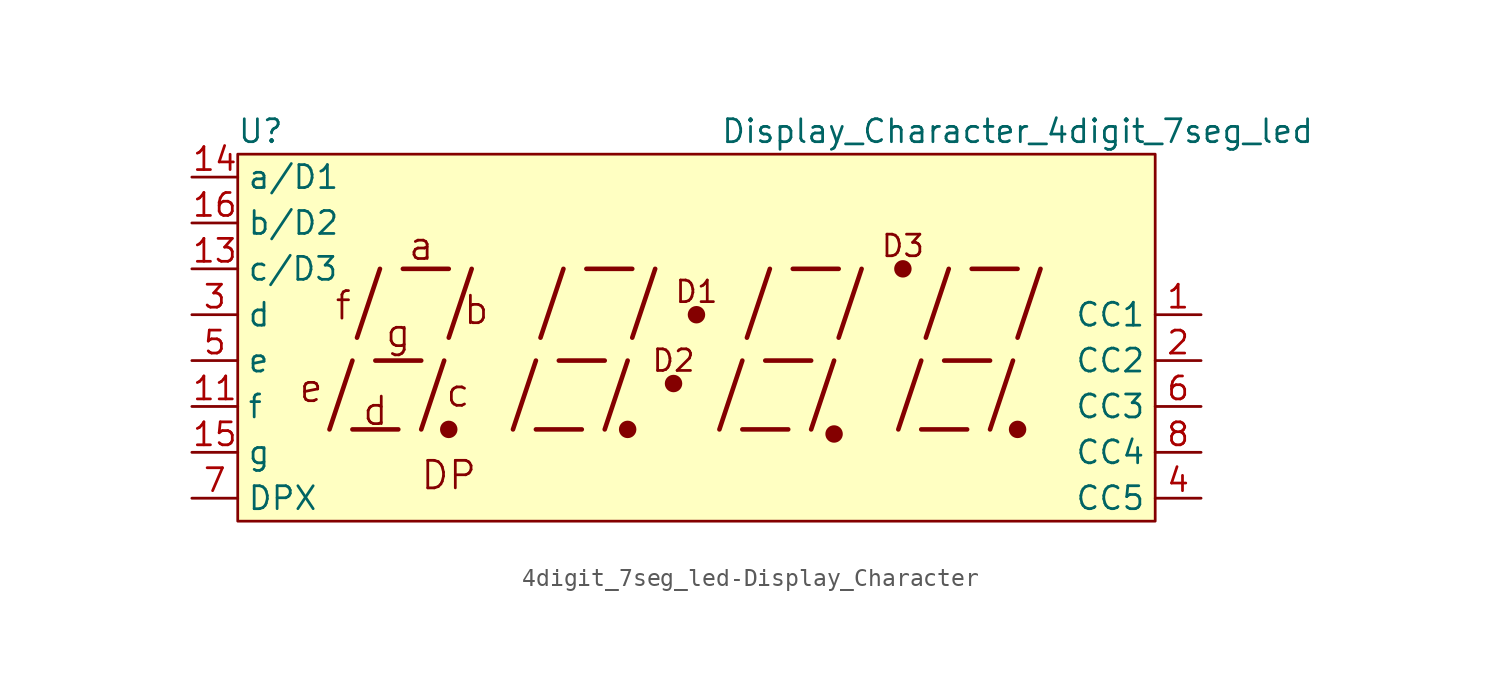
<source format=kicad_sym>
(kicad_symbol_lib
  (version 20220914)
  (generator kicad_symbol_editor)
  (symbol "4digit_7seg_led-Display_Character"
    (property "Reference" "U"
      (at -24.13 12.7 0)
      (effects (font (size 1.27 1.27))))
    (property "Value" "Display_Character_4digit_7seg_led"
      (at 17.78 12.7 0)
      (effects (font (size 1.27 1.27))))
    (symbol "4digit_7seg_led-Display_Character_0_0"
      (polyline (pts (xy -20.32 -3.81) (xy -19.05 0)) (stroke (width 0.254) (type solid)) (fill (type none)))
      (polyline (pts (xy -19.05 -3.81) (xy -16.51 -3.81)) (stroke (width 0.254) (type solid)) (fill (type none)))
      (polyline (pts (xy -18.796 1.27) (xy -17.526 5.08)) (stroke (width 0.254) (type solid)) (fill (type none)))
      (polyline (pts (xy -17.78 0) (xy -15.24 0)) (stroke (width 0.254) (type solid)) (fill (type none)))
      (polyline (pts (xy -16.256 5.08) (xy -13.716 5.08)) (stroke (width 0.254) (type solid)) (fill (type none)))
      (polyline (pts (xy -15.24 -3.81) (xy -13.97 0)) (stroke (width 0.254) (type solid)) (fill (type none)))
      (polyline (pts (xy -13.716 1.27) (xy -12.446 5.08)) (stroke (width 0.254) (type solid)) (fill (type none)))
      (polyline (pts (xy -10.16 -3.81) (xy -8.89 0)) (stroke (width 0.254) (type solid)) (fill (type none)))
      (polyline (pts (xy -8.89 -3.81) (xy -6.35 -3.81)) (stroke (width 0.254) (type solid)) (fill (type none)))
      (polyline (pts (xy -8.636 1.27) (xy -7.366 5.08)) (stroke (width 0.254) (type solid)) (fill (type none)))
      (polyline (pts (xy -7.62 0) (xy -5.08 0)) (stroke (width 0.254) (type solid)) (fill (type none)))
      (polyline (pts (xy -6.096 5.08) (xy -3.556 5.08)) (stroke (width 0.254) (type solid)) (fill (type none)))
      (polyline (pts (xy -5.08 -3.81) (xy -3.81 0)) (stroke (width 0.254) (type solid)) (fill (type none)))
      (polyline (pts (xy -3.556 1.27) (xy -2.286 5.08)) (stroke (width 0.254) (type solid)) (fill (type none)))
      (polyline (pts (xy 1.27 -3.81) (xy 2.54 0)) (stroke (width 0.254) (type solid)) (fill (type none)))
      (polyline (pts (xy 2.54 -3.81) (xy 5.08 -3.81)) (stroke (width 0.254) (type solid)) (fill (type none)))
      (polyline (pts (xy 2.794 1.27) (xy 4.064 5.08)) (stroke (width 0.254) (type solid)) (fill (type none)))
      (polyline (pts (xy 3.81 0) (xy 6.35 0)) (stroke (width 0.254) (type solid)) (fill (type none)))
      (polyline (pts (xy 5.334 5.08) (xy 7.874 5.08)) (stroke (width 0.254) (type solid)) (fill (type none)))
      (polyline (pts (xy 6.35 -3.81) (xy 7.62 0)) (stroke (width 0.254) (type solid)) (fill (type none)))
      (polyline (pts (xy 7.874 1.27) (xy 9.144 5.08)) (stroke (width 0.254) (type solid)) (fill (type none)))
      (polyline (pts (xy 11.176 -3.81) (xy 12.446 0)) (stroke (width 0.254) (type solid)) (fill (type none)))
      (polyline (pts (xy 12.446 -3.81) (xy 14.986 -3.81)) (stroke (width 0.254) (type solid)) (fill (type none)))
      (polyline (pts (xy 12.7 1.27) (xy 13.97 5.08)) (stroke (width 0.254) (type solid)) (fill (type none)))
      (polyline (pts (xy 13.716 0) (xy 16.256 0)) (stroke (width 0.254) (type solid)) (fill (type none)))
      (polyline (pts (xy 15.24 5.08) (xy 17.78 5.08)) (stroke (width 0.254) (type solid)) (fill (type none)))
      (polyline (pts (xy 16.256 -3.81) (xy 17.526 0)) (stroke (width 0.254) (type solid)) (fill (type none)))
      (polyline (pts (xy 17.78 1.27) (xy 19.05 5.08)) (stroke (width 0.254) (type solid)) (fill (type none)))
      (text "a" (at -15.24 6.35 0) (effects (font (size 1.524 1.524))))
      (text "b" (at -12.192 2.794 0) (effects (font (size 1.524 1.524))))
      (text "c" (at -13.208 -1.778 0) (effects (font (size 1.524 1.524))))
      (text "d" (at -17.78 -2.794 0) (effects (font (size 1.524 1.524))))
      (text "D1" (at 0 3.81 0) (effects (font (size 1.194 1.194))))
      (text "D2" (at -1.27 0 0) (effects (font (size 1.194 1.194))))
      (text "DP" (at -13.716 -6.35 0) (effects (font (size 1.524 1.524))))
      (text "e" (at -21.336 -1.524 0) (effects (font (size 1.524 1.524))))
      (text "f" (at -19.558 3.048 0) (effects (font (size 1.524 1.524))))
      (text "g" (at -16.51 1.524 0) (effects (font (size 1.524 1.524)))))
    (symbol "4digit_7seg_led-Display_Character_0_1"
      (circle (center -13.716 -3.81) (radius 0.356) (stroke (width 0.254) (type solid)) (fill (type outline)))
      (circle (center -3.81 -3.81) (radius 0.356) (stroke (width 0.254) (type solid)) (fill (type outline))))
    (symbol "4digit_7seg_led-Display_Character_1_0"
      (circle (center 7.62 -4.064) (radius 0.356) (stroke (width 0.254) (type solid)) (fill (type outline)))
      (circle (center 17.78 -3.81) (radius 0.356) (stroke (width 0.254) (type solid)) (fill (type outline))))
    (symbol "4digit_7seg_led-Display_Character_1_1"
      (rectangle (start -25.4 11.43) (end 25.4 -8.89) (stroke (width 0) (type solid)) (fill (type background)))
      (circle (center -1.27 -1.27) (radius 0.356) (stroke (width 0.254) (type solid)) (fill (type outline)))
      (circle (center 0 2.54) (radius 0.356) (stroke (width 0.254) (type solid)) (fill (type outline)))
      (circle (center 11.43 5.08) (radius 0.356) (stroke (width 0.254) (type solid)) (fill (type outline)))
      (text "D3" (at 11.43 6.35 0) (effects (font (size 1.194 1.194))))
      (pin input line (at 27.94 2.54 180) (length 2.54) (name "CC1" (effects (font (size 1.27 1.27)))) (number "1" (effects (font (size 1.27 1.27)))))
      (pin input line (at -27.94 -2.54 0) (length 2.54) (name "f" (effects (font (size 1.27 1.27)))) (number "11" (effects (font (size 1.27 1.27)))))
      (pin input line (at -27.94 5.08 0) (length 2.54) (name "c/D3" (effects (font (size 1.27 1.27)))) (number "13" (effects (font (size 1.27 1.27)))))
      (pin input line (at -27.94 10.16 0) (length 2.54) (name "a/D1" (effects (font (size 1.27 1.27)))) (number "14" (effects (font (size 1.27 1.27)))))
      (pin input line (at -27.94 -5.08 0) (length 2.54) (name "g" (effects (font (size 1.27 1.27)))) (number "15" (effects (font (size 1.27 1.27)))))
      (pin input line (at -27.94 7.62 0) (length 2.54) (name "b/D2" (effects (font (size 1.27 1.27)))) (number "16" (effects (font (size 1.27 1.27)))))
      (pin input line (at 27.94 0 180) (length 2.54) (name "CC2" (effects (font (size 1.27 1.27)))) (number "2" (effects (font (size 1.27 1.27)))))
      (pin input line (at -27.94 2.54 0) (length 2.54) (name "d" (effects (font (size 1.27 1.27)))) (number "3" (effects (font (size 1.27 1.27)))))
      (pin input line (at 27.94 -7.62 180) (length 2.54) (name "CC5" (effects (font (size 1.27 1.27)))) (number "4" (effects (font (size 1.27 1.27)))))
      (pin input line (at -27.94 0 0) (length 2.54) (name "e" (effects (font (size 1.27 1.27)))) (number "5" (effects (font (size 1.27 1.27)))))
      (pin input line (at 27.94 -2.54 180) (length 2.54) (name "CC3" (effects (font (size 1.27 1.27)))) (number "6" (effects (font (size 1.27 1.27)))))
      (pin input line (at -27.94 -7.62 0) (length 2.54) (name "DPX" (effects (font (size 1.27 1.27)))) (number "7" (effects (font (size 1.27 1.27)))))
      (pin input line (at 27.94 -5.08 180) (length 2.54) (name "CC4" (effects (font (size 1.27 1.27)))) (number "8" (effects (font (size 1.27 1.27))))))))
</source>
